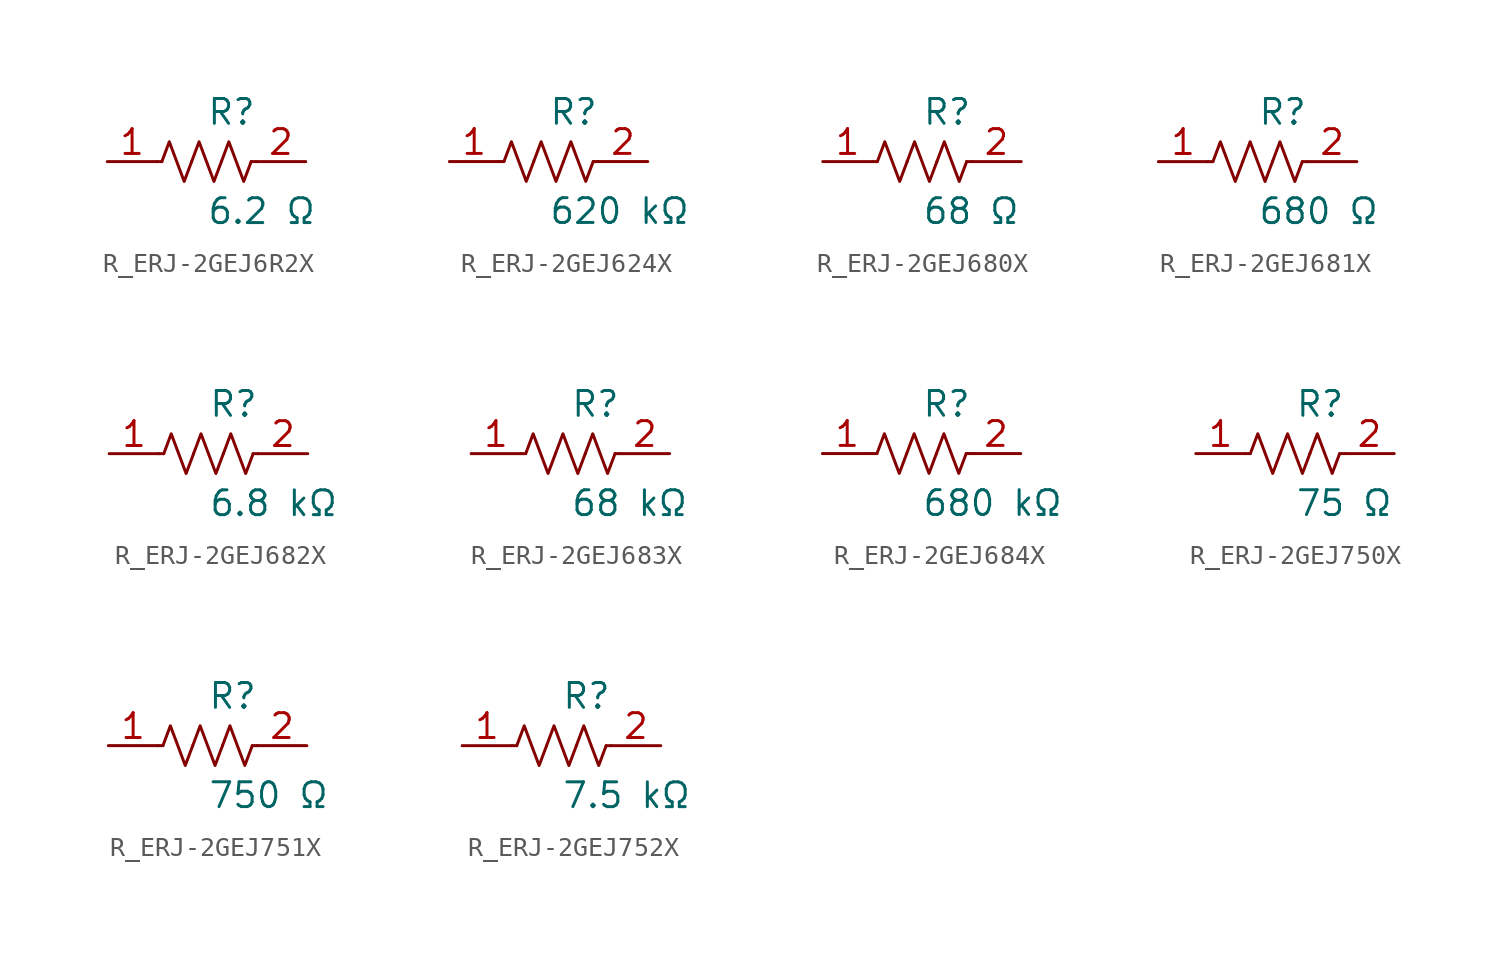
<source format=kicad_sym>
(kicad_symbol_lib
  (version 20231120)
  (generator kicad_symbol_editor)
  (generator_version 8.0)
  (symbol "R_ERJ-2GEJ6R2X"
    (pin_names
      (offset 0.254))
    (property "Reference" "R"
      (at 0.0 2.54 0)
      (effects (font (size 1.27 1.27)) (justify left)))
    (property "Value" "6.2 Ω"
      (at 0.0 -2.54 0)
      (effects (font (size 1.27 1.27)) (justify left)))
    (symbol "R_ERJ-2GEJ6R2X_0_1"
      (polyline (pts (xy 2.286 0) (xy 2.54 0)) (stroke (width 0) (type default)) (fill (type none)))
      (polyline (pts (xy -2.286 0) (xy -2.54 0)) (stroke (width 0) (type default)) (fill (type none)))
      (polyline (pts (xy 0.762 0) (xy 1.143 1.016) (xy 1.524 0) (xy 1.905 -1.016) (xy 2.286 0)) (stroke (width 0) (type default)) (fill (type none)))
      (polyline (pts (xy -0.762 0) (xy -0.381 1.016) (xy 0 0) (xy 0.381 -1.016) (xy 0.762 0)) (stroke (width 0) (type default)) (fill (type none)))
      (polyline (pts (xy -2.286 0) (xy -1.905 1.016) (xy -1.524 0) (xy -1.143 -1.016) (xy -0.762 0)) (stroke (width 0) (type default)) (fill (type none))))
    (pin unspecified line
      (at -5.08 0 0)
      (length 2.54)
      (name "" (effects (font (size 1.27 1.27))))
      (number "1" (effects (font (size 1.27 1.27)))))
    (pin unspecified line
      (at 5.08 0 180)
      (length 2.54)
      (name "" (effects (font (size 1.27 1.27))))
      (number "2" (effects (font (size 1.27 1.27))))))
  (symbol "R_ERJ-2GEJ624X"
    (pin_names
      (offset 0.254))
    (property "Reference" "R"
      (at 0.0 2.54 0)
      (effects (font (size 1.27 1.27)) (justify left)))
    (property "Value" "620 kΩ"
      (at 0.0 -2.54 0)
      (effects (font (size 1.27 1.27)) (justify left)))
    (symbol "R_ERJ-2GEJ624X_0_1"
      (polyline (pts (xy 2.286 0) (xy 2.54 0)) (stroke (width 0) (type default)) (fill (type none)))
      (polyline (pts (xy -2.286 0) (xy -2.54 0)) (stroke (width 0) (type default)) (fill (type none)))
      (polyline (pts (xy 0.762 0) (xy 1.143 1.016) (xy 1.524 0) (xy 1.905 -1.016) (xy 2.286 0)) (stroke (width 0) (type default)) (fill (type none)))
      (polyline (pts (xy -0.762 0) (xy -0.381 1.016) (xy 0 0) (xy 0.381 -1.016) (xy 0.762 0)) (stroke (width 0) (type default)) (fill (type none)))
      (polyline (pts (xy -2.286 0) (xy -1.905 1.016) (xy -1.524 0) (xy -1.143 -1.016) (xy -0.762 0)) (stroke (width 0) (type default)) (fill (type none))))
    (pin unspecified line
      (at -5.08 0 0)
      (length 2.54)
      (name "" (effects (font (size 1.27 1.27))))
      (number "1" (effects (font (size 1.27 1.27)))))
    (pin unspecified line
      (at 5.08 0 180)
      (length 2.54)
      (name "" (effects (font (size 1.27 1.27))))
      (number "2" (effects (font (size 1.27 1.27))))))
  (symbol "R_ERJ-2GEJ680X"
    (pin_names
      (offset 0.254))
    (property "Reference" "R"
      (at 0.0 2.54 0)
      (effects (font (size 1.27 1.27)) (justify left)))
    (property "Value" "68 Ω"
      (at 0.0 -2.54 0)
      (effects (font (size 1.27 1.27)) (justify left)))
    (symbol "R_ERJ-2GEJ680X_0_1"
      (polyline (pts (xy 2.286 0) (xy 2.54 0)) (stroke (width 0) (type default)) (fill (type none)))
      (polyline (pts (xy -2.286 0) (xy -2.54 0)) (stroke (width 0) (type default)) (fill (type none)))
      (polyline (pts (xy 0.762 0) (xy 1.143 1.016) (xy 1.524 0) (xy 1.905 -1.016) (xy 2.286 0)) (stroke (width 0) (type default)) (fill (type none)))
      (polyline (pts (xy -0.762 0) (xy -0.381 1.016) (xy 0 0) (xy 0.381 -1.016) (xy 0.762 0)) (stroke (width 0) (type default)) (fill (type none)))
      (polyline (pts (xy -2.286 0) (xy -1.905 1.016) (xy -1.524 0) (xy -1.143 -1.016) (xy -0.762 0)) (stroke (width 0) (type default)) (fill (type none))))
    (pin unspecified line
      (at -5.08 0 0)
      (length 2.54)
      (name "" (effects (font (size 1.27 1.27))))
      (number "1" (effects (font (size 1.27 1.27)))))
    (pin unspecified line
      (at 5.08 0 180)
      (length 2.54)
      (name "" (effects (font (size 1.27 1.27))))
      (number "2" (effects (font (size 1.27 1.27))))))
  (symbol "R_ERJ-2GEJ681X"
    (pin_names
      (offset 0.254))
    (property "Reference" "R"
      (at 0.0 2.54 0)
      (effects (font (size 1.27 1.27)) (justify left)))
    (property "Value" "680 Ω"
      (at 0.0 -2.54 0)
      (effects (font (size 1.27 1.27)) (justify left)))
    (symbol "R_ERJ-2GEJ681X_0_1"
      (polyline (pts (xy 2.286 0) (xy 2.54 0)) (stroke (width 0) (type default)) (fill (type none)))
      (polyline (pts (xy -2.286 0) (xy -2.54 0)) (stroke (width 0) (type default)) (fill (type none)))
      (polyline (pts (xy 0.762 0) (xy 1.143 1.016) (xy 1.524 0) (xy 1.905 -1.016) (xy 2.286 0)) (stroke (width 0) (type default)) (fill (type none)))
      (polyline (pts (xy -0.762 0) (xy -0.381 1.016) (xy 0 0) (xy 0.381 -1.016) (xy 0.762 0)) (stroke (width 0) (type default)) (fill (type none)))
      (polyline (pts (xy -2.286 0) (xy -1.905 1.016) (xy -1.524 0) (xy -1.143 -1.016) (xy -0.762 0)) (stroke (width 0) (type default)) (fill (type none))))
    (pin unspecified line
      (at -5.08 0 0)
      (length 2.54)
      (name "" (effects (font (size 1.27 1.27))))
      (number "1" (effects (font (size 1.27 1.27)))))
    (pin unspecified line
      (at 5.08 0 180)
      (length 2.54)
      (name "" (effects (font (size 1.27 1.27))))
      (number "2" (effects (font (size 1.27 1.27))))))
  (symbol "R_ERJ-2GEJ682X"
    (pin_names
      (offset 0.254))
    (property "Reference" "R"
      (at 0.0 2.54 0)
      (effects (font (size 1.27 1.27)) (justify left)))
    (property "Value" "6.8 kΩ"
      (at 0.0 -2.54 0)
      (effects (font (size 1.27 1.27)) (justify left)))
    (symbol "R_ERJ-2GEJ682X_0_1"
      (polyline (pts (xy 2.286 0) (xy 2.54 0)) (stroke (width 0) (type default)) (fill (type none)))
      (polyline (pts (xy -2.286 0) (xy -2.54 0)) (stroke (width 0) (type default)) (fill (type none)))
      (polyline (pts (xy 0.762 0) (xy 1.143 1.016) (xy 1.524 0) (xy 1.905 -1.016) (xy 2.286 0)) (stroke (width 0) (type default)) (fill (type none)))
      (polyline (pts (xy -0.762 0) (xy -0.381 1.016) (xy 0 0) (xy 0.381 -1.016) (xy 0.762 0)) (stroke (width 0) (type default)) (fill (type none)))
      (polyline (pts (xy -2.286 0) (xy -1.905 1.016) (xy -1.524 0) (xy -1.143 -1.016) (xy -0.762 0)) (stroke (width 0) (type default)) (fill (type none))))
    (pin unspecified line
      (at -5.08 0 0)
      (length 2.54)
      (name "" (effects (font (size 1.27 1.27))))
      (number "1" (effects (font (size 1.27 1.27)))))
    (pin unspecified line
      (at 5.08 0 180)
      (length 2.54)
      (name "" (effects (font (size 1.27 1.27))))
      (number "2" (effects (font (size 1.27 1.27))))))
  (symbol "R_ERJ-2GEJ683X"
    (pin_names
      (offset 0.254))
    (property "Reference" "R"
      (at 0.0 2.54 0)
      (effects (font (size 1.27 1.27)) (justify left)))
    (property "Value" "68 kΩ"
      (at 0.0 -2.54 0)
      (effects (font (size 1.27 1.27)) (justify left)))
    (symbol "R_ERJ-2GEJ683X_0_1"
      (polyline (pts (xy 2.286 0) (xy 2.54 0)) (stroke (width 0) (type default)) (fill (type none)))
      (polyline (pts (xy -2.286 0) (xy -2.54 0)) (stroke (width 0) (type default)) (fill (type none)))
      (polyline (pts (xy 0.762 0) (xy 1.143 1.016) (xy 1.524 0) (xy 1.905 -1.016) (xy 2.286 0)) (stroke (width 0) (type default)) (fill (type none)))
      (polyline (pts (xy -0.762 0) (xy -0.381 1.016) (xy 0 0) (xy 0.381 -1.016) (xy 0.762 0)) (stroke (width 0) (type default)) (fill (type none)))
      (polyline (pts (xy -2.286 0) (xy -1.905 1.016) (xy -1.524 0) (xy -1.143 -1.016) (xy -0.762 0)) (stroke (width 0) (type default)) (fill (type none))))
    (pin unspecified line
      (at -5.08 0 0)
      (length 2.54)
      (name "" (effects (font (size 1.27 1.27))))
      (number "1" (effects (font (size 1.27 1.27)))))
    (pin unspecified line
      (at 5.08 0 180)
      (length 2.54)
      (name "" (effects (font (size 1.27 1.27))))
      (number "2" (effects (font (size 1.27 1.27))))))
  (symbol "R_ERJ-2GEJ684X"
    (pin_names
      (offset 0.254))
    (property "Reference" "R"
      (at 0.0 2.54 0)
      (effects (font (size 1.27 1.27)) (justify left)))
    (property "Value" "680 kΩ"
      (at 0.0 -2.54 0)
      (effects (font (size 1.27 1.27)) (justify left)))
    (symbol "R_ERJ-2GEJ684X_0_1"
      (polyline (pts (xy 2.286 0) (xy 2.54 0)) (stroke (width 0) (type default)) (fill (type none)))
      (polyline (pts (xy -2.286 0) (xy -2.54 0)) (stroke (width 0) (type default)) (fill (type none)))
      (polyline (pts (xy 0.762 0) (xy 1.143 1.016) (xy 1.524 0) (xy 1.905 -1.016) (xy 2.286 0)) (stroke (width 0) (type default)) (fill (type none)))
      (polyline (pts (xy -0.762 0) (xy -0.381 1.016) (xy 0 0) (xy 0.381 -1.016) (xy 0.762 0)) (stroke (width 0) (type default)) (fill (type none)))
      (polyline (pts (xy -2.286 0) (xy -1.905 1.016) (xy -1.524 0) (xy -1.143 -1.016) (xy -0.762 0)) (stroke (width 0) (type default)) (fill (type none))))
    (pin unspecified line
      (at -5.08 0 0)
      (length 2.54)
      (name "" (effects (font (size 1.27 1.27))))
      (number "1" (effects (font (size 1.27 1.27)))))
    (pin unspecified line
      (at 5.08 0 180)
      (length 2.54)
      (name "" (effects (font (size 1.27 1.27))))
      (number "2" (effects (font (size 1.27 1.27))))))
  (symbol "R_ERJ-2GEJ750X"
    (pin_names
      (offset 0.254))
    (property "Reference" "R"
      (at 0.0 2.54 0)
      (effects (font (size 1.27 1.27)) (justify left)))
    (property "Value" "75 Ω"
      (at 0.0 -2.54 0)
      (effects (font (size 1.27 1.27)) (justify left)))
    (symbol "R_ERJ-2GEJ750X_0_1"
      (polyline (pts (xy 2.286 0) (xy 2.54 0)) (stroke (width 0) (type default)) (fill (type none)))
      (polyline (pts (xy -2.286 0) (xy -2.54 0)) (stroke (width 0) (type default)) (fill (type none)))
      (polyline (pts (xy 0.762 0) (xy 1.143 1.016) (xy 1.524 0) (xy 1.905 -1.016) (xy 2.286 0)) (stroke (width 0) (type default)) (fill (type none)))
      (polyline (pts (xy -0.762 0) (xy -0.381 1.016) (xy 0 0) (xy 0.381 -1.016) (xy 0.762 0)) (stroke (width 0) (type default)) (fill (type none)))
      (polyline (pts (xy -2.286 0) (xy -1.905 1.016) (xy -1.524 0) (xy -1.143 -1.016) (xy -0.762 0)) (stroke (width 0) (type default)) (fill (type none))))
    (pin unspecified line
      (at -5.08 0 0)
      (length 2.54)
      (name "" (effects (font (size 1.27 1.27))))
      (number "1" (effects (font (size 1.27 1.27)))))
    (pin unspecified line
      (at 5.08 0 180)
      (length 2.54)
      (name "" (effects (font (size 1.27 1.27))))
      (number "2" (effects (font (size 1.27 1.27))))))
  (symbol "R_ERJ-2GEJ751X"
    (pin_names
      (offset 0.254))
    (property "Reference" "R"
      (at 0.0 2.54 0)
      (effects (font (size 1.27 1.27)) (justify left)))
    (property "Value" "750 Ω"
      (at 0.0 -2.54 0)
      (effects (font (size 1.27 1.27)) (justify left)))
    (symbol "R_ERJ-2GEJ751X_0_1"
      (polyline (pts (xy 2.286 0) (xy 2.54 0)) (stroke (width 0) (type default)) (fill (type none)))
      (polyline (pts (xy -2.286 0) (xy -2.54 0)) (stroke (width 0) (type default)) (fill (type none)))
      (polyline (pts (xy 0.762 0) (xy 1.143 1.016) (xy 1.524 0) (xy 1.905 -1.016) (xy 2.286 0)) (stroke (width 0) (type default)) (fill (type none)))
      (polyline (pts (xy -0.762 0) (xy -0.381 1.016) (xy 0 0) (xy 0.381 -1.016) (xy 0.762 0)) (stroke (width 0) (type default)) (fill (type none)))
      (polyline (pts (xy -2.286 0) (xy -1.905 1.016) (xy -1.524 0) (xy -1.143 -1.016) (xy -0.762 0)) (stroke (width 0) (type default)) (fill (type none))))
    (pin unspecified line
      (at -5.08 0 0)
      (length 2.54)
      (name "" (effects (font (size 1.27 1.27))))
      (number "1" (effects (font (size 1.27 1.27)))))
    (pin unspecified line
      (at 5.08 0 180)
      (length 2.54)
      (name "" (effects (font (size 1.27 1.27))))
      (number "2" (effects (font (size 1.27 1.27))))))
  (symbol "R_ERJ-2GEJ752X"
    (pin_names
      (offset 0.254))
    (property "Reference" "R"
      (at 0.0 2.54 0)
      (effects (font (size 1.27 1.27)) (justify left)))
    (property "Value" "7.5 kΩ"
      (at 0.0 -2.54 0)
      (effects (font (size 1.27 1.27)) (justify left)))
    (symbol "R_ERJ-2GEJ752X_0_1"
      (polyline (pts (xy 2.286 0) (xy 2.54 0)) (stroke (width 0) (type default)) (fill (type none)))
      (polyline (pts (xy -2.286 0) (xy -2.54 0)) (stroke (width 0) (type default)) (fill (type none)))
      (polyline (pts (xy 0.762 0) (xy 1.143 1.016) (xy 1.524 0) (xy 1.905 -1.016) (xy 2.286 0)) (stroke (width 0) (type default)) (fill (type none)))
      (polyline (pts (xy -0.762 0) (xy -0.381 1.016) (xy 0 0) (xy 0.381 -1.016) (xy 0.762 0)) (stroke (width 0) (type default)) (fill (type none)))
      (polyline (pts (xy -2.286 0) (xy -1.905 1.016) (xy -1.524 0) (xy -1.143 -1.016) (xy -0.762 0)) (stroke (width 0) (type default)) (fill (type none))))
    (pin unspecified line
      (at -5.08 0 0)
      (length 2.54)
      (name "" (effects (font (size 1.27 1.27))))
      (number "1" (effects (font (size 1.27 1.27)))))
    (pin unspecified line
      (at 5.08 0 180)
      (length 2.54)
      (name "" (effects (font (size 1.27 1.27))))
      (number "2" (effects (font (size 1.27 1.27)))))))
</source>
